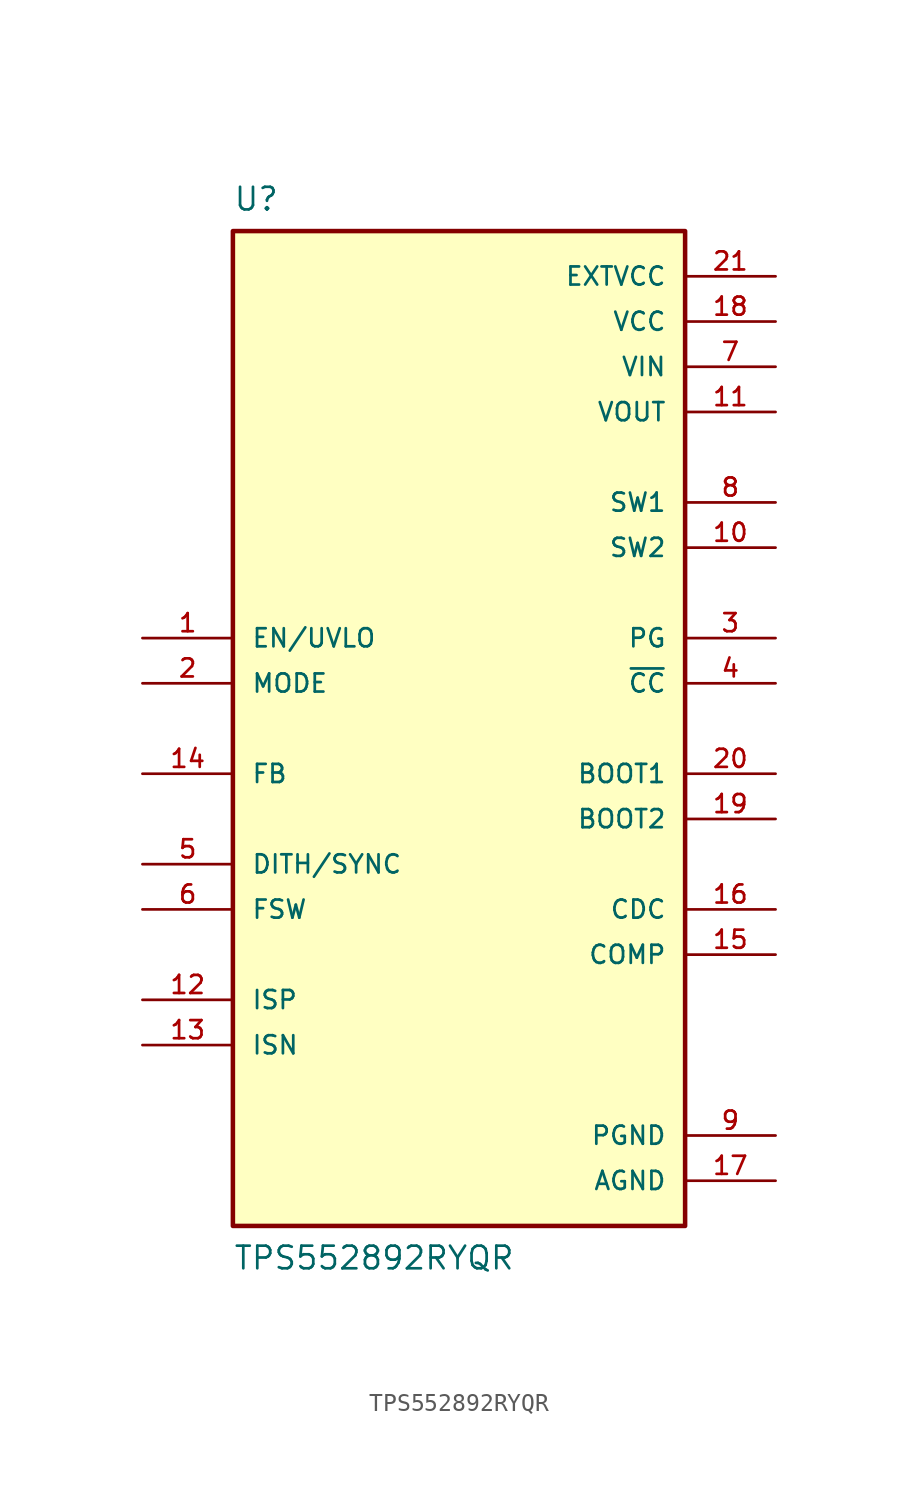
<source format=kicad_sym>
(kicad_symbol_lib
  (version 20211014)
  (generator kicad_symbol_editor)
  (symbol "TPS552892RYQR"
    (pin_names
      (offset 1.016))
    (property "Reference" "U"
      (at -12.7 30.48 0)
      (effects (font (size 1.27 1.27)) (justify top left)))
    (property "Value" "TPS552892RYQR"
      (at -12.7 -30.48 0)
      (effects (font (size 1.27 1.27)) (justify bottom left)))
    (symbol "TPS552892RYQR_0_0"
      (rectangle (start -12.7 -27.94) (end 12.7 27.94) (stroke (width 0.254)) (fill (type background)))
      (pin input line (at -17.78 5.08 0) (length 5.08) (name "EN/UVLO" (effects (font (size 1.016 1.016)))) (number "1" (effects (font (size 1.016 1.016)))))
      (pin input line (at -17.78 2.54 0) (length 5.08) (name "MODE" (effects (font (size 1.016 1.016)))) (number "2" (effects (font (size 1.016 1.016)))))
      (pin output line (at 17.78 5.08 180.0) (length 5.08) (name "PG" (effects (font (size 1.016 1.016)))) (number "3" (effects (font (size 1.016 1.016)))))
      (pin output line (at 17.78 2.54 180.0) (length 5.08) (name "~{CC}" (effects (font (size 1.016 1.016)))) (number "4" (effects (font (size 1.016 1.016)))))
      (pin input line (at -17.78 -7.62 0) (length 5.08) (name "DITH/SYNC" (effects (font (size 1.016 1.016)))) (number "5" (effects (font (size 1.016 1.016)))))
      (pin input line (at -17.78 -10.16 0) (length 5.08) (name "FSW" (effects (font (size 1.016 1.016)))) (number "6" (effects (font (size 1.016 1.016)))))
      (pin power_in line (at 17.78 20.32 180.0) (length 5.08) (name "VIN" (effects (font (size 1.016 1.016)))) (number "7" (effects (font (size 1.016 1.016)))))
      (pin power_in line (at 17.78 12.7 180.0) (length 5.08) (name "SW1" (effects (font (size 1.016 1.016)))) (number "8" (effects (font (size 1.016 1.016)))))
      (pin power_in line (at 17.78 -22.86 180.0) (length 5.08) (name "PGND" (effects (font (size 1.016 1.016)))) (number "9" (effects (font (size 1.016 1.016)))))
      (pin power_in line (at 17.78 10.16 180.0) (length 5.08) (name "SW2" (effects (font (size 1.016 1.016)))) (number "10" (effects (font (size 1.016 1.016)))))
      (pin power_in line (at 17.78 17.78 180.0) (length 5.08) (name "VOUT" (effects (font (size 1.016 1.016)))) (number "11" (effects (font (size 1.016 1.016)))))
      (pin input line (at -17.78 -15.24 0) (length 5.08) (name "ISP" (effects (font (size 1.016 1.016)))) (number "12" (effects (font (size 1.016 1.016)))))
      (pin input line (at -17.78 -17.78 0) (length 5.08) (name "ISN" (effects (font (size 1.016 1.016)))) (number "13" (effects (font (size 1.016 1.016)))))
      (pin input line (at -17.78 -2.54 0) (length 5.08) (name "FB" (effects (font (size 1.016 1.016)))) (number "14" (effects (font (size 1.016 1.016)))))
      (pin output line (at 17.78 -12.7 180.0) (length 5.08) (name "COMP" (effects (font (size 1.016 1.016)))) (number "15" (effects (font (size 1.016 1.016)))))
      (pin output line (at 17.78 -10.16 180.0) (length 5.08) (name "CDC" (effects (font (size 1.016 1.016)))) (number "16" (effects (font (size 1.016 1.016)))))
      (pin power_in line (at 17.78 -25.4 180.0) (length 5.08) (name "AGND" (effects (font (size 1.016 1.016)))) (number "17" (effects (font (size 1.016 1.016)))))
      (pin power_in line (at 17.78 22.86 180.0) (length 5.08) (name "VCC" (effects (font (size 1.016 1.016)))) (number "18" (effects (font (size 1.016 1.016)))))
      (pin output line (at 17.78 -5.08 180.0) (length 5.08) (name "BOOT2" (effects (font (size 1.016 1.016)))) (number "19" (effects (font (size 1.016 1.016)))))
      (pin output line (at 17.78 -2.54 180.0) (length 5.08) (name "BOOT1" (effects (font (size 1.016 1.016)))) (number "20" (effects (font (size 1.016 1.016)))))
      (pin power_in line (at 17.78 25.4 180.0) (length 5.08) (name "EXTVCC" (effects (font (size 1.016 1.016)))) (number "21" (effects (font (size 1.016 1.016))))))))
</source>
